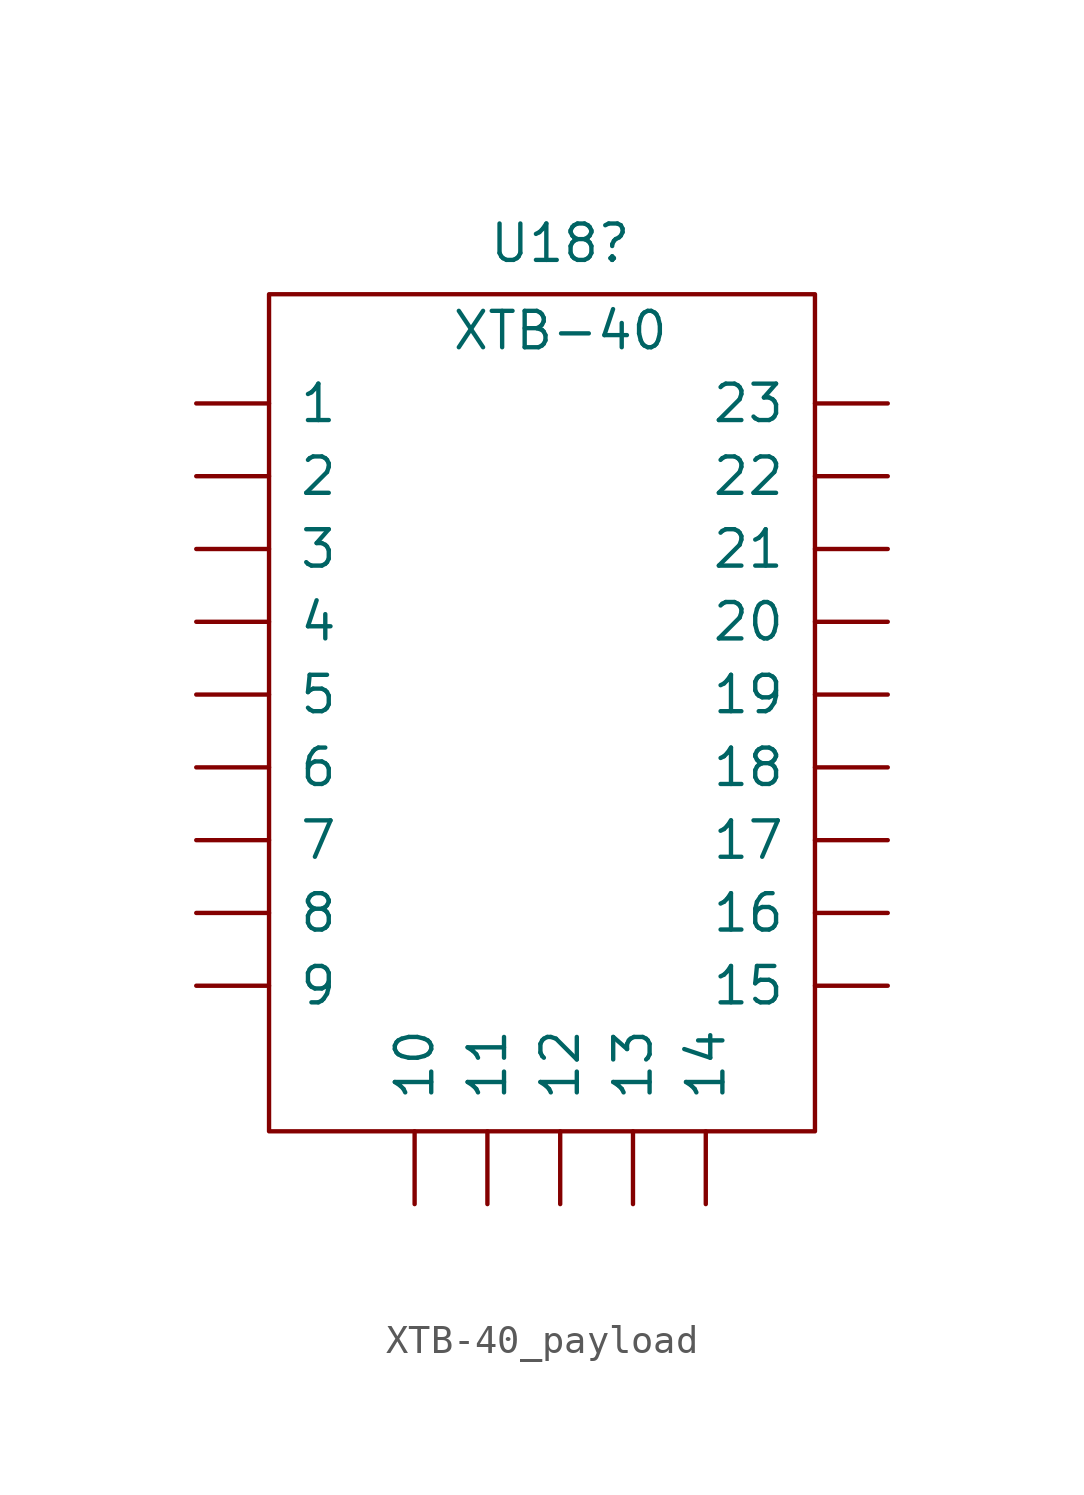
<source format=kicad_sym>
(kicad_symbol_lib
  (version 20231120)
  (generator "kicad_symbol_editor")
  (generator_version "8.0")
  (symbol "XTB-40_payload"
    (pin_names
      (offset 1.016))
    (property "Reference" "U18"
      (at 0 14.478 0)
      (effects (font (size 1.27 1.27))))
    (property "Value" "XTB-40"
      (at 0 11.43 0)
      (effects (font (size 1.27 1.27))))
    (symbol "XTB-40_payload_1_0"
      (pin bidirectional line (at -12.7 8.89 0) (length 2.54) (name "1" (effects (font (size 1.27 1.27)))) (number "1" (effects (font (size 0 0))))))
    (symbol "XTB-40_payload_1_1"
      (rectangle (start -10.16 12.7) (end 8.89 -16.51) (stroke (width 0) (type solid)) (fill (type none)))
      (pin bidirectional line (at -5.08 -19.05 90) (length 2.54) (name "10" (effects (font (size 1.27 1.27)))) (number "10" (effects (font (size 0 0)))))
      (pin bidirectional line (at -2.54 -19.05 90) (length 2.54) (name "11" (effects (font (size 1.27 1.27)))) (number "11" (effects (font (size 0 0)))))
      (pin bidirectional line (at 0 -19.05 90) (length 2.54) (name "12" (effects (font (size 1.27 1.27)))) (number "12" (effects (font (size 0 0)))))
      (pin bidirectional line (at 2.54 -19.05 90) (length 2.54) (name "13" (effects (font (size 1.27 1.27)))) (number "13" (effects (font (size 0 0)))))
      (pin bidirectional line (at 5.08 -19.05 90) (length 2.54) (name "14" (effects (font (size 1.27 1.27)))) (number "14" (effects (font (size 0 0)))))
      (pin bidirectional line (at 11.43 -11.43 180) (length 2.54) (name "15" (effects (font (size 1.27 1.27)))) (number "15" (effects (font (size 0 0)))))
      (pin bidirectional line (at 11.43 -8.89 180) (length 2.54) (name "16" (effects (font (size 1.27 1.27)))) (number "16" (effects (font (size 0 0)))))
      (pin bidirectional line (at 11.43 -6.35 180) (length 2.54) (name "17" (effects (font (size 1.27 1.27)))) (number "17" (effects (font (size 0 0)))))
      (pin bidirectional line (at 11.43 -3.81 180) (length 2.54) (name "18" (effects (font (size 1.27 1.27)))) (number "18" (effects (font (size 0 0)))))
      (pin bidirectional line (at 11.43 -1.27 180) (length 2.54) (name "19" (effects (font (size 1.27 1.27)))) (number "19" (effects (font (size 0 0)))))
      (pin bidirectional line (at -12.7 6.35 0) (length 2.54) (name "2" (effects (font (size 1.27 1.27)))) (number "2" (effects (font (size 0 0)))))
      (pin bidirectional line (at 11.43 1.27 180) (length 2.54) (name "20" (effects (font (size 1.27 1.27)))) (number "20" (effects (font (size 0 0)))))
      (pin bidirectional line (at 11.43 3.81 180) (length 2.54) (name "21" (effects (font (size 1.27 1.27)))) (number "21" (effects (font (size 0 0)))))
      (pin bidirectional line (at 11.43 6.35 180) (length 2.54) (name "22" (effects (font (size 1.27 1.27)))) (number "22" (effects (font (size 0 0)))))
      (pin bidirectional line (at 11.43 8.89 180) (length 2.54) (name "23" (effects (font (size 1.27 1.27)))) (number "23" (effects (font (size 0 0)))))
      (pin bidirectional line (at -12.7 3.81 0) (length 2.54) (name "3" (effects (font (size 1.27 1.27)))) (number "3" (effects (font (size 0 0)))))
      (pin bidirectional line (at -12.7 1.27 0) (length 2.54) (name "4" (effects (font (size 1.27 1.27)))) (number "4" (effects (font (size 0 0)))))
      (pin bidirectional line (at -12.7 -1.27 0) (length 2.54) (name "5" (effects (font (size 1.27 1.27)))) (number "5" (effects (font (size 0 0)))))
      (pin bidirectional line (at -12.7 -3.81 0) (length 2.54) (name "6" (effects (font (size 1.27 1.27)))) (number "6" (effects (font (size 0 0)))))
      (pin bidirectional line (at -12.7 -6.35 0) (length 2.54) (name "7" (effects (font (size 1.27 1.27)))) (number "7" (effects (font (size 0 0)))))
      (pin bidirectional line (at -12.7 -8.89 0) (length 2.54) (name "8" (effects (font (size 1.27 1.27)))) (number "8" (effects (font (size 0 0)))))
      (pin bidirectional line (at -12.7 -11.43 0) (length 2.54) (name "9" (effects (font (size 1.27 1.27)))) (number "9" (effects (font (size 0 0))))))))
</source>
